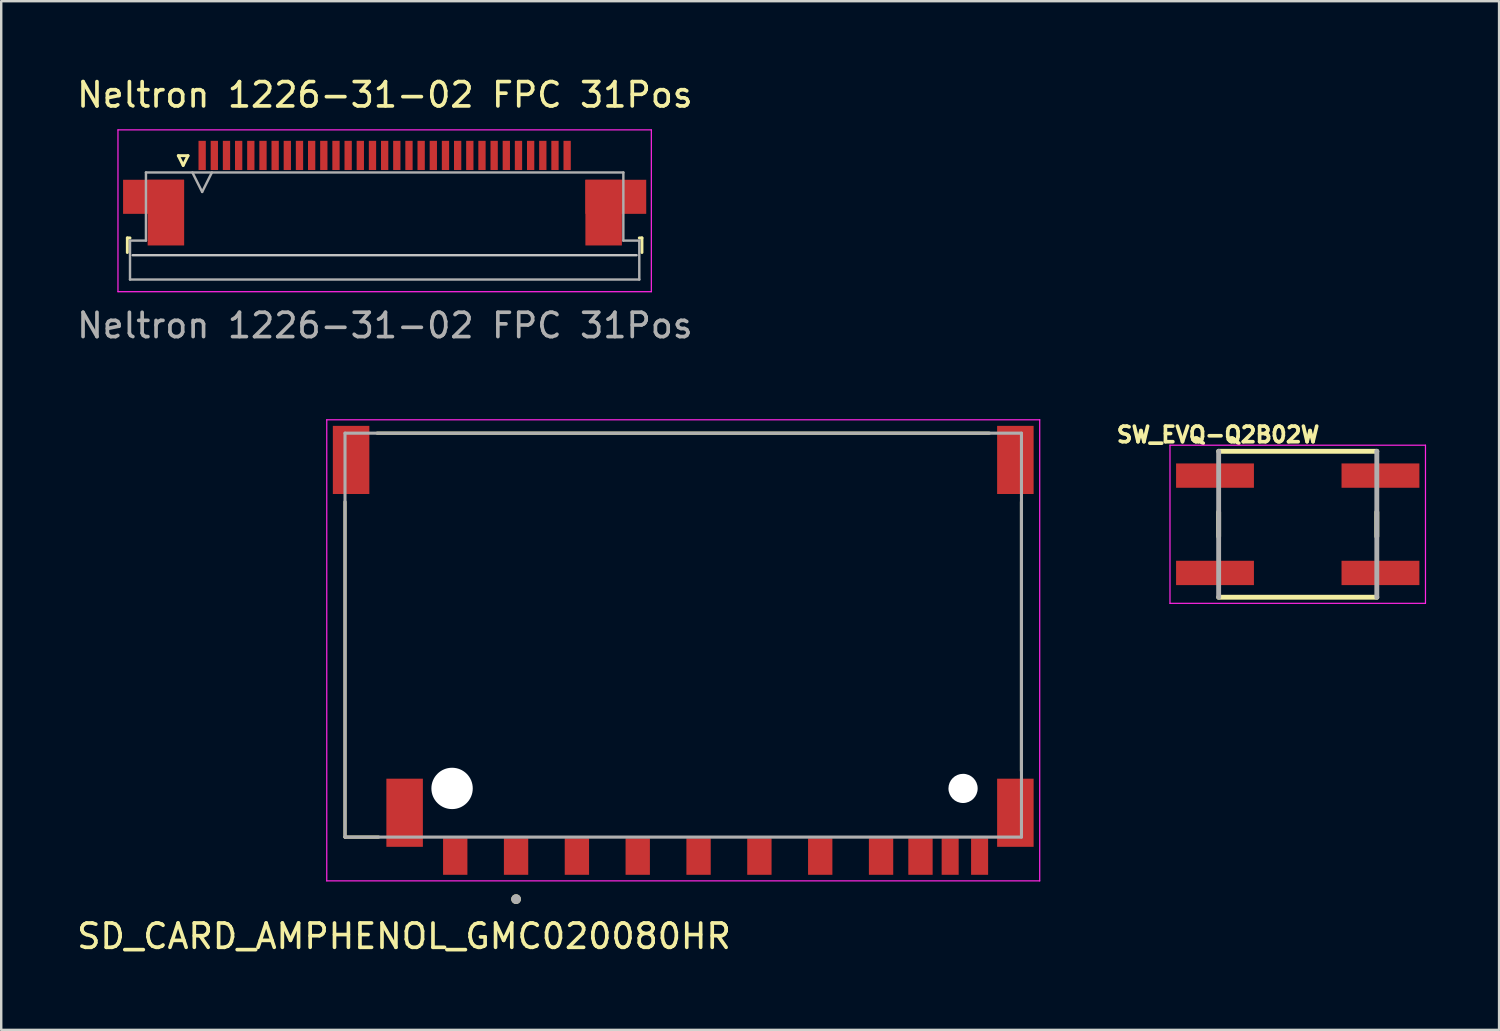
<source format=kicad_pcb>
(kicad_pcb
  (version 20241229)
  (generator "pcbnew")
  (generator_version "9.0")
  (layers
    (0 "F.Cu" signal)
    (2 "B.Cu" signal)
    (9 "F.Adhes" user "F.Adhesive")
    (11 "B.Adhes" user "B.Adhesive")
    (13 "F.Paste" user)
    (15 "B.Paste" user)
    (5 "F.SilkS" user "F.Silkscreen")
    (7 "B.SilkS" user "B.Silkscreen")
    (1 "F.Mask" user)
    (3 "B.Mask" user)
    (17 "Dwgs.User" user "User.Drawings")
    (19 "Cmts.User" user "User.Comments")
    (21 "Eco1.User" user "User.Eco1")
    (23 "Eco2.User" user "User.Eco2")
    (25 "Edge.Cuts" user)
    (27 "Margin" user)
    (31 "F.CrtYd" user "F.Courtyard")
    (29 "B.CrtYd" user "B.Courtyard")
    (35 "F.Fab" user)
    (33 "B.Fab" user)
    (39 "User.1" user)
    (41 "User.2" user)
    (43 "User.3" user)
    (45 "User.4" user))
  (footprint "SW_EVQ-Q2B02W"
    (layer "F.Cu")
    (at 50.283 18.496)
    (property "Reference" "SW_EVQ-Q2B02W" (at -3.273 -3.682 0) (layer "F.SilkS") (effects (font (size 0.64 0.64) (thickness 0.15))))
    (attr smd)
    (fp_line (start -3.25 -3) (end 3.25 -3) (stroke (width 0.2) (type solid)) (layer "F.SilkS"))
    (fp_line (start -3.25 -0.5) (end -3.25 0.5) (stroke (width 0.2) (type default)) (layer "F.SilkS"))
    (fp_line (start 3.25 -0.5) (end 3.25 0.5) (stroke (width 0.2) (type default)) (layer "F.SilkS"))
    (fp_line (start 3.25 3) (end -3.25 3) (stroke (width 0.2) (type solid)) (layer "F.SilkS"))
    (fp_line (start -5.25 -3.25) (end 5.25 -3.25) (stroke (width 0.05) (type solid)) (layer "F.CrtYd"))
    (fp_line (start -5.25 3.25) (end -5.25 -3.25) (stroke (width 0.05) (type solid)) (layer "F.CrtYd"))
    (fp_line (start 5.25 -3.25) (end 5.25 3.25) (stroke (width 0.05) (type solid)) (layer "F.CrtYd"))
    (fp_line (start 5.25 3.25) (end -5.25 3.25) (stroke (width 0.05) (type solid)) (layer "F.CrtYd"))
    (fp_line (start -3.25 -3) (end -3.25 3) (stroke (width 0.2) (type solid)) (layer "F.Fab"))
    (fp_line (start 3.25 -3) (end 3.25 3) (stroke (width 0.2) (type solid)) (layer "F.Fab"))
    (pad "A" smd rect (at 3.4 2) (size 3.2 1) (layers "F.Cu" "F.Mask" "F.Paste"))
    (pad "A'" smd rect (at -3.4 2) (size 3.2 1) (layers "F.Cu" "F.Mask" "F.Paste"))
    (pad "B" smd rect (at 3.4 -2) (size 3.2 1) (layers "F.Cu" "F.Mask" "F.Paste"))
    (pad "B'" smd rect (at -3.4 -2) (size 3.2 1) (layers "F.Cu" "F.Mask" "F.Paste")))
  (footprint "Neltron 1226-31-02 FPC 31Pos"
    (layer "F.Cu")
    (at 12.768 6.088)
    (property "Reference" "Neltron 1226-31-02 FPC 31Pos" (at 0 -5.24 0) (unlocked yes) (layer "F.SilkS") (effects (font (size 1 1) (thickness 0.15))))
    (attr smd)
    (fp_line (start -10.585 0.64) (end -10.585 1.24) (stroke (width 0.12) (type solid)) (layer "F.SilkS"))
    (fp_line (start -10.475 0.64) (end -10.585 0.64) (stroke (width 0.12) (type solid)) (layer "F.SilkS"))
    (fp_line (start -8.49 -2.74) (end -8.29 -2.34) (stroke (width 0.12) (type solid)) (layer "F.SilkS"))
    (fp_line (start -8.29 -2.34) (end -8.09 -2.74) (stroke (width 0.12) (type solid)) (layer "F.SilkS"))
    (fp_line (start -8.09 -2.74) (end -8.49 -2.74) (stroke (width 0.12) (type solid)) (layer "F.SilkS"))
    (fp_line (start 10.455 0.64) (end 10.565 0.64) (stroke (width 0.12) (type solid)) (layer "F.SilkS"))
    (fp_line (start 10.565 0.64) (end 10.565 1.24) (stroke (width 0.12) (type solid)) (layer "F.SilkS"))
    (fp_line (start 10.345 1.35) (end -10.365 1.35) (stroke (width 0.1) (type solid)) (layer "Dwgs.User"))
    (fp_line (start -10.97 -3.8) (end -10.97 2.85) (stroke (width 0.05) (type solid)) (layer "F.CrtYd"))
    (fp_line (start -10.97 2.85) (end 10.95 2.85) (stroke (width 0.05) (type solid)) (layer "F.CrtYd"))
    (fp_line (start 10.95 -3.8) (end -10.97 -3.8) (stroke (width 0.05) (type solid)) (layer "F.CrtYd"))
    (fp_line (start 10.95 2.85) (end 10.95 -3.8) (stroke (width 0.05) (type solid)) (layer "F.CrtYd"))
    (fp_line (start -10.475 0.75) (end -9.82 0.75) (stroke (width 0.1) (type solid)) (layer "F.Fab"))
    (fp_line (start -10.475 2.35) (end -10.475 0.75) (stroke (width 0.1) (type solid)) (layer "F.Fab"))
    (fp_line (start -9.82 -2.05) (end 9.8 -2.05) (stroke (width 0.1) (type solid)) (layer "F.Fab"))
    (fp_line (start -9.82 0.75) (end -9.82 -2.05) (stroke (width 0.1) (type solid)) (layer "F.Fab"))
    (fp_line (start -7.91 -2.05) (end -7.51 -1.25) (stroke (width 0.1) (type solid)) (layer "F.Fab"))
    (fp_line (start -7.51 -1.25) (end -7.11 -2.05) (stroke (width 0.1) (type solid)) (layer "F.Fab"))
    (fp_line (start 9.8 -2.05) (end 9.8 0.75) (stroke (width 0.1) (type solid)) (layer "F.Fab"))
    (fp_line (start 9.8 0.75) (end 10.455 0.75) (stroke (width 0.1) (type solid)) (layer "F.Fab"))
    (fp_line (start 10.455 0.75) (end 10.455 2.35) (stroke (width 0.1) (type solid)) (layer "F.Fab"))
    (fp_line (start 10.455 2.35) (end -10.475 2.35) (stroke (width 0.1) (type solid)) (layer "F.Fab"))
    (fp_text user "${REFERENCE}" (at 0 4.24 0) (unlocked yes) (layer "F.Fab") (effects (font (size 1 1) (thickness 0.15))))
    (pad "" smd rect (at -9 -0.4 90) (size 2.7 1.5) (layers "F.Cu" "F.Mask" "F.Paste"))
    (pad "" smd rect (at 8.99 -0.4 90) (size 2.7 1.5) (layers "F.Cu" "F.Mask" "F.Paste"))
    (pad "1" smd rect (at -7.51 -2.75) (size 0.3 1.2) (layers "F.Cu" "F.Mask" "F.Paste"))
    (pad "2" smd rect (at -7.01 -2.75) (size 0.3 1.2) (layers "F.Cu" "F.Mask" "F.Paste"))
    (pad "3" smd rect (at -6.51 -2.75) (size 0.3 1.2) (layers "F.Cu" "F.Mask" "F.Paste"))
    (pad "4" smd rect (at -6.01 -2.75) (size 0.3 1.2) (layers "F.Cu" "F.Mask" "F.Paste"))
    (pad "5" smd rect (at -5.51 -2.75) (size 0.3 1.2) (layers "F.Cu" "F.Mask" "F.Paste"))
    (pad "6" smd rect (at -5.01 -2.75) (size 0.3 1.2) (layers "F.Cu" "F.Mask" "F.Paste"))
    (pad "7" smd rect (at -4.51 -2.75) (size 0.3 1.2) (layers "F.Cu" "F.Mask" "F.Paste"))
    (pad "8" smd rect (at -4.01 -2.75) (size 0.3 1.2) (layers "F.Cu" "F.Mask" "F.Paste"))
    (pad "9" smd rect (at -3.51 -2.75) (size 0.3 1.2) (layers "F.Cu" "F.Mask" "F.Paste"))
    (pad "10" smd rect (at -3.01 -2.75) (size 0.3 1.2) (layers "F.Cu" "F.Mask" "F.Paste"))
    (pad "11" smd rect (at -2.51 -2.75) (size 0.3 1.2) (layers "F.Cu" "F.Mask" "F.Paste"))
    (pad "12" smd rect (at -2.01 -2.75) (size 0.3 1.2) (layers "F.Cu" "F.Mask" "F.Paste"))
    (pad "13" smd rect (at -1.51 -2.75) (size 0.3 1.2) (layers "F.Cu" "F.Mask" "F.Paste"))
    (pad "14" smd rect (at -1.01 -2.75) (size 0.3 1.2) (layers "F.Cu" "F.Mask" "F.Paste"))
    (pad "15" smd rect (at -0.51 -2.75) (size 0.3 1.2) (layers "F.Cu" "F.Mask" "F.Paste"))
    (pad "16" smd rect (at -0.01 -2.75) (size 0.3 1.2) (layers "F.Cu" "F.Mask" "F.Paste"))
    (pad "17" smd rect (at 0.49 -2.75) (size 0.3 1.2) (layers "F.Cu" "F.Mask" "F.Paste"))
    (pad "18" smd rect (at 0.99 -2.75) (size 0.3 1.2) (layers "F.Cu" "F.Mask" "F.Paste"))
    (pad "19" smd rect (at 1.49 -2.75) (size 0.3 1.2) (layers "F.Cu" "F.Mask" "F.Paste"))
    (pad "20" smd rect (at 1.99 -2.75) (size 0.3 1.2) (layers "F.Cu" "F.Mask" "F.Paste"))
    (pad "21" smd rect (at 2.49 -2.75) (size 0.3 1.2) (layers "F.Cu" "F.Mask" "F.Paste"))
    (pad "22" smd rect (at 2.99 -2.75) (size 0.3 1.2) (layers "F.Cu" "F.Mask" "F.Paste"))
    (pad "23" smd rect (at 3.49 -2.75) (size 0.3 1.2) (layers "F.Cu" "F.Mask" "F.Paste"))
    (pad "24" smd rect (at 3.99 -2.75) (size 0.3 1.2) (layers "F.Cu" "F.Mask" "F.Paste"))
    (pad "25" smd rect (at 4.49 -2.75) (size 0.3 1.2) (layers "F.Cu" "F.Mask" "F.Paste"))
    (pad "26" smd rect (at 4.99 -2.75) (size 0.3 1.2) (layers "F.Cu" "F.Mask" "F.Paste"))
    (pad "27" smd rect (at 5.49 -2.75) (size 0.3 1.2) (layers "F.Cu" "F.Mask" "F.Paste"))
    (pad "28" smd rect (at 5.99 -2.75) (size 0.3 1.2) (layers "F.Cu" "F.Mask" "F.Paste"))
    (pad "29" smd rect (at 6.49 -2.75) (size 0.3 1.2) (layers "F.Cu" "F.Mask" "F.Paste"))
    (pad "30" smd rect (at 6.99 -2.75) (size 0.3 1.2) (layers "F.Cu" "F.Mask" "F.Paste"))
    (pad "31" smd rect (at 7.49 -2.75) (size 0.3 1.2) (layers "F.Cu" "F.Mask" "F.Paste"))
    (pad "MP" smd rect (at -9.51 -1.05 90) (size 1.4 2.5) (layers "F.Cu" "F.Mask" "F.Paste"))
    (pad "MP" smd rect (at 9.49 -1.05 90) (size 1.4 2.5) (layers "F.Cu" "F.Mask" "F.Paste")))
  (footprint "SD_CARD_AMPHENOL_GMC020080HR"
    (layer "F.Cu")
    (at 25.029 29.352)
    (property "Reference" "SD_CARD_AMPHENOL_GMC020080HR" (at -11.475 6.075 0) (layer "F.SilkS") (effects (font (size 1 1) (thickness 0.15))))
    (attr smd)
    (fp_line (start -13.9 2) (end -13.9 -11.78) (stroke (width 0.127) (type solid)) (layer "F.SilkS"))
    (fp_line (start -12.58 -14.6) (end 12.58 -14.6) (stroke (width 0.127) (type solid)) (layer "F.SilkS"))
    (fp_line (start -12.52 2) (end -13.9 2) (stroke (width 0.127) (type solid)) (layer "F.SilkS"))
    (fp_line (start 13.9 -11.78) (end 13.9 -0.72) (stroke (width 0.127) (type solid)) (layer "F.SilkS"))
    (fp_circle (center -6.87 4.55) (end -6.77 4.55) (stroke (width 0.2) (type solid)) (fill no) (layer "F.SilkS"))
    (fp_line (start -14.65 -15.15) (end -14.65 3.8) (stroke (width 0.05) (type solid)) (layer "F.CrtYd"))
    (fp_line (start -14.65 3.8) (end 14.65 3.8) (stroke (width 0.05) (type solid)) (layer "F.CrtYd"))
    (fp_line (start 14.65 -15.15) (end -14.65 -15.15) (stroke (width 0.05) (type solid)) (layer "F.CrtYd"))
    (fp_line (start 14.65 3.8) (end 14.65 -15.15) (stroke (width 0.05) (type solid)) (layer "F.CrtYd"))
    (fp_line (start -13.9 -14.6) (end 13.9 -14.6) (stroke (width 0.127) (type solid)) (layer "F.Fab"))
    (fp_line (start -13.9 2) (end -13.9 -14.6) (stroke (width 0.127) (type solid)) (layer "F.Fab"))
    (fp_line (start 13.9 -14.6) (end 13.9 2) (stroke (width 0.127) (type solid)) (layer "F.Fab"))
    (fp_line (start 13.9 2) (end -13.9 2) (stroke (width 0.127) (type solid)) (layer "F.Fab"))
    (fp_circle (center -6.87 4.55) (end -6.77 4.55) (stroke (width 0.2) (type solid)) (fill no) (layer "F.Fab"))
    (pad "" np_thru_hole circle (at -9.5 0) (size 1.7 1.7) (drill 1.7) (layers "*.Cu" "*.Mask"))
    (pad "" np_thru_hole circle (at 11.5 0) (size 1.2 1.2) (drill 1.2) (layers "*.Cu" "*.Mask"))
    (pad "1" smd rect (at -6.87 2.8) (size 1 1.5) (layers "F.Cu" "F.Mask" "F.Paste"))
    (pad "2" smd rect (at -4.37 2.8) (size 1 1.5) (layers "F.Cu" "F.Mask" "F.Paste"))
    (pad "3" smd rect (at -1.87 2.8) (size 1 1.5) (layers "F.Cu" "F.Mask" "F.Paste"))
    (pad "4" smd rect (at 0.63 2.8) (size 1 1.5) (layers "F.Cu" "F.Mask" "F.Paste"))
    (pad "5" smd rect (at 3.13 2.8) (size 1 1.5) (layers "F.Cu" "F.Mask" "F.Paste"))
    (pad "6" smd rect (at 5.63 2.8) (size 1 1.5) (layers "F.Cu" "F.Mask" "F.Paste"))
    (pad "7" smd rect (at 8.13 2.8) (size 1 1.5) (layers "F.Cu" "F.Mask" "F.Paste"))
    (pad "8" smd rect (at 9.75 2.8) (size 1 1.5) (layers "F.Cu" "F.Mask" "F.Paste"))
    (pad "9" smd rect (at -9.37 2.8) (size 1 1.5) (layers "F.Cu" "F.Mask" "F.Paste"))
    (pad "10" smd rect (at 10.97 2.8) (size 0.7 1.5) (layers "F.Cu" "F.Mask" "F.Paste"))
    (pad "11" smd rect (at 12.18 2.8) (size 0.7 1.5) (layers "F.Cu" "F.Mask" "F.Paste"))
    (pad "G1" smd rect (at -11.45 1) (size 1.5 2.8) (layers "F.Cu" "F.Mask" "F.Paste"))
    (pad "G2" smd rect (at 13.65 1) (size 1.5 2.8) (layers "F.Cu" "F.Mask" "F.Paste"))
    (pad "G3" smd rect (at 13.65 -13.5) (size 1.5 2.8) (layers "F.Cu" "F.Mask" "F.Paste"))
    (pad "G4" smd rect (at -13.65 -13.5) (size 1.5 2.8) (layers "F.Cu" "F.Mask" "F.Paste")))
  (gr_rect
    (start -3 -3)
    (end 58.558 39.275)
    (stroke (width 0.1) (type default))
    (fill no)
    (layer "Edge.Cuts")))
</source>
